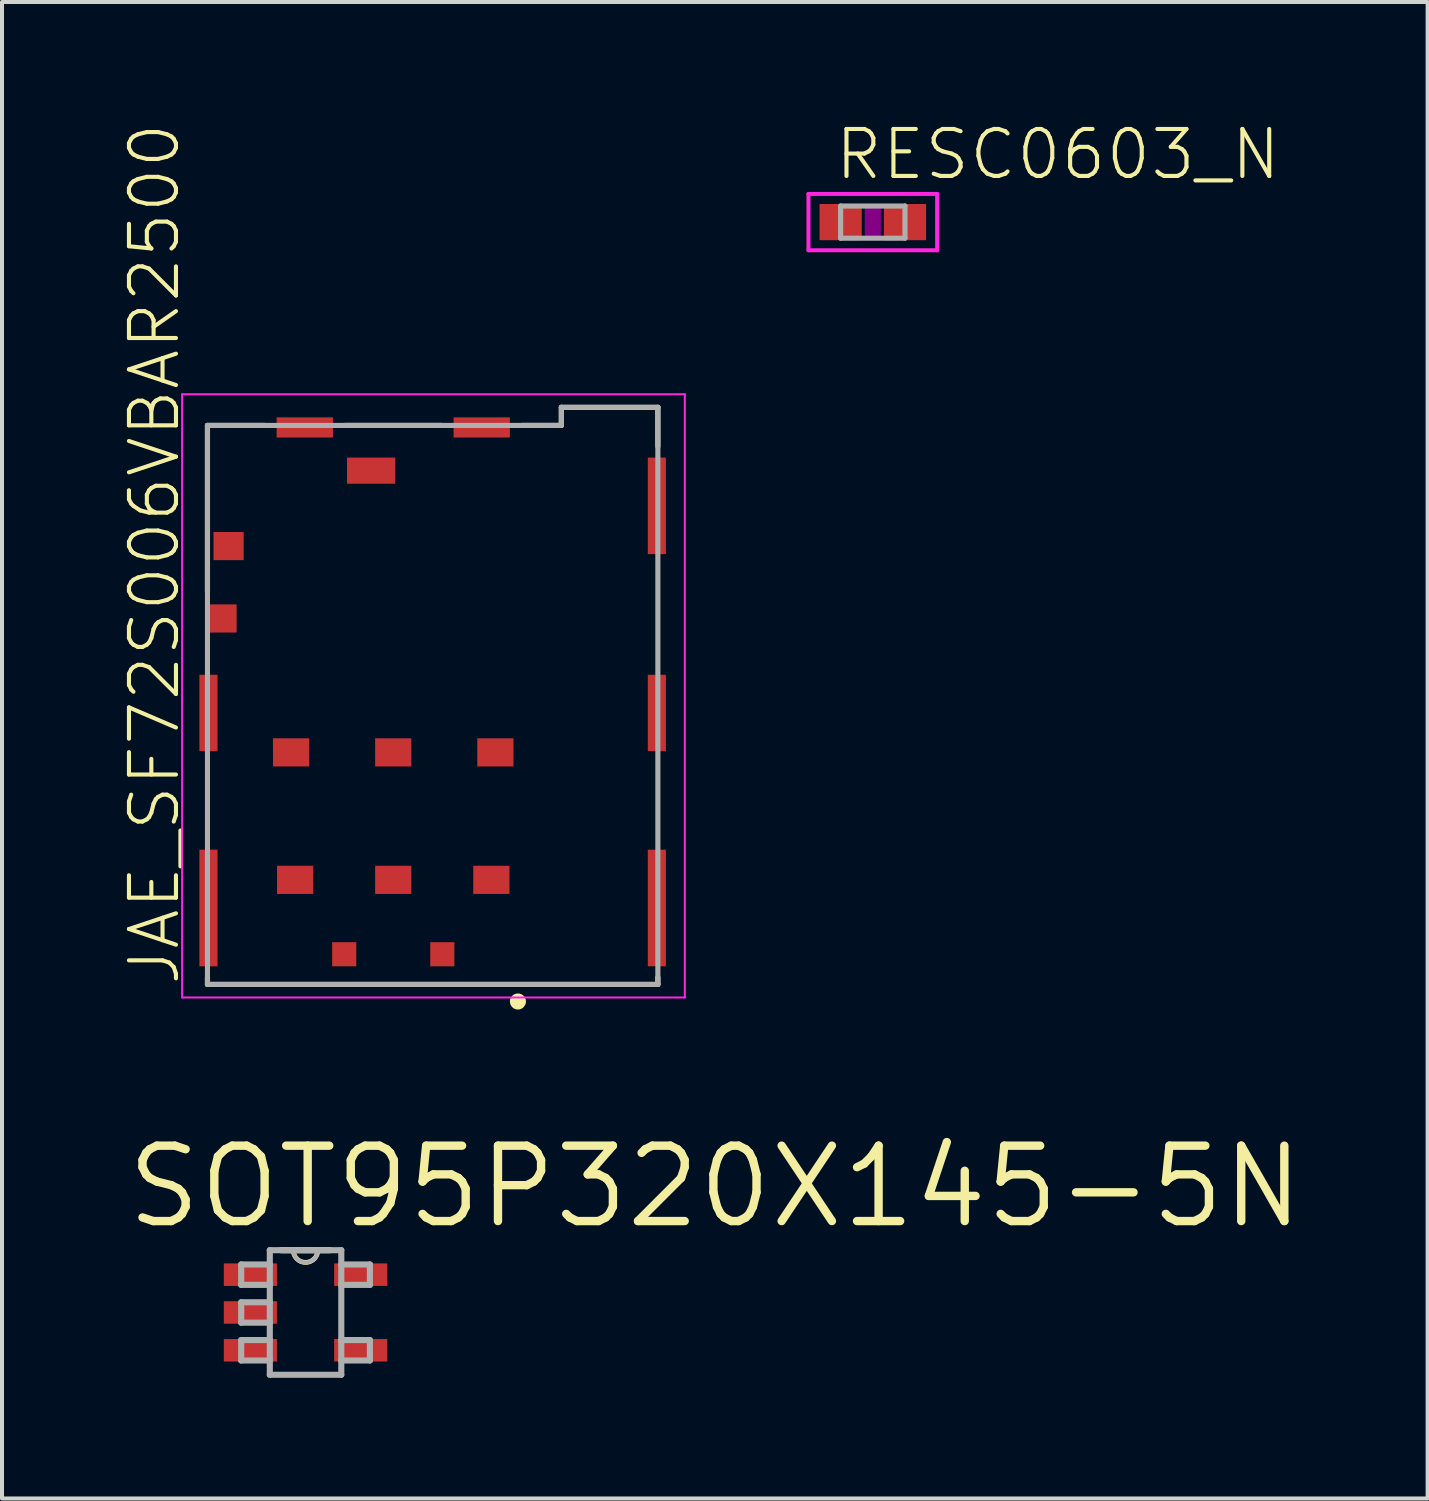
<source format=kicad_pcb>
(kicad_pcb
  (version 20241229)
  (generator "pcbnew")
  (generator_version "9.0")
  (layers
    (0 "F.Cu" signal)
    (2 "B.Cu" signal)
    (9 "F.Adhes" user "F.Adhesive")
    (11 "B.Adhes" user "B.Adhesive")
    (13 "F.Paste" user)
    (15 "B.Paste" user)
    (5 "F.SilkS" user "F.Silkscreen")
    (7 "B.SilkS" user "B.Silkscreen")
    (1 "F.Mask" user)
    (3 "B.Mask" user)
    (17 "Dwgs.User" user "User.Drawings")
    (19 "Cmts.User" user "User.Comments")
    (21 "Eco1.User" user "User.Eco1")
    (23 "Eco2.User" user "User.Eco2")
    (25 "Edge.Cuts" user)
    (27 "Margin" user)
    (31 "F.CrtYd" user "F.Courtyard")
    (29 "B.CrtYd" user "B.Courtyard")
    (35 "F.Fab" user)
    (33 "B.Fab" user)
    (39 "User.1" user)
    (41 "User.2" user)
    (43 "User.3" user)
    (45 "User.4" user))
  (footprint "SOT95P320X145-5N"
    (layer "F.Cu")
    (at 4.548 29.587)
    (property "Reference" "SOT95P320X145-5N" (at -4.548 -2.033 0) (layer "F.SilkS") (effects (font (size 1.875 1.875) (thickness 0.208)) (justify left bottom)))
    (fp_line (start -0.305 -1.549) (end -0.61 -1.549) (stroke (width 0.152) (type solid)) (layer "F.SilkS"))
    (fp_line (start 0.305 -1.549) (end -0.305 -1.549) (stroke (width 0.152) (type solid)) (layer "F.SilkS"))
    (fp_line (start 0.61 -1.549) (end 0.305 -1.549) (stroke (width 0.152) (type solid)) (layer "F.SilkS"))
    (fp_arc (start 0.3048 -1.5494) (mid 0 -1.2446) (end -0.3048 -1.5494) (stroke (width 0.12) (type solid)) (layer "F.SilkS"))
    (fp_line (start -1.6 -1.194) (end -1.6 -0.686) (stroke (width 0.152) (type solid)) (layer "F.Fab"))
    (fp_line (start -1.6 -0.686) (end -0.889 -0.686) (stroke (width 0.152) (type solid)) (layer "F.Fab"))
    (fp_line (start -1.6 -0.254) (end -1.6 0.254) (stroke (width 0.152) (type solid)) (layer "F.Fab"))
    (fp_line (start -1.6 0.254) (end -0.889 0.254) (stroke (width 0.152) (type solid)) (layer "F.Fab"))
    (fp_line (start -1.6 0.686) (end -1.6 1.194) (stroke (width 0.152) (type solid)) (layer "F.Fab"))
    (fp_line (start -1.6 1.194) (end -0.889 1.194) (stroke (width 0.152) (type solid)) (layer "F.Fab"))
    (fp_line (start -0.889 -1.549) (end -0.889 -1.194) (stroke (width 0.152) (type solid)) (layer "F.Fab"))
    (fp_line (start -0.889 -1.194) (end -1.6 -1.194) (stroke (width 0.152) (type solid)) (layer "F.Fab"))
    (fp_line (start -0.889 -1.194) (end -0.889 -0.686) (stroke (width 0.152) (type solid)) (layer "F.Fab"))
    (fp_line (start -0.889 -0.686) (end -0.889 -0.254) (stroke (width 0.152) (type solid)) (layer "F.Fab"))
    (fp_line (start -0.889 -0.254) (end -1.6 -0.254) (stroke (width 0.152) (type solid)) (layer "F.Fab"))
    (fp_line (start -0.889 -0.254) (end -0.889 0.254) (stroke (width 0.152) (type solid)) (layer "F.Fab"))
    (fp_line (start -0.889 0.254) (end -0.889 0.686) (stroke (width 0.152) (type solid)) (layer "F.Fab"))
    (fp_line (start -0.889 0.686) (end -1.6 0.686) (stroke (width 0.152) (type solid)) (layer "F.Fab"))
    (fp_line (start -0.889 1.194) (end -0.889 0.686) (stroke (width 0.152) (type solid)) (layer "F.Fab"))
    (fp_line (start -0.889 1.549) (end -0.889 1.194) (stroke (width 0.152) (type solid)) (layer "F.Fab"))
    (fp_line (start -0.889 1.549) (end 0.889 1.549) (stroke (width 0.152) (type solid)) (layer "F.Fab"))
    (fp_line (start -0.305 -1.549) (end -0.889 -1.549) (stroke (width 0.152) (type solid)) (layer "F.Fab"))
    (fp_line (start 0.305 -1.549) (end -0.305 -1.549) (stroke (width 0.152) (type solid)) (layer "F.Fab"))
    (fp_line (start 0.889 -1.549) (end 0.305 -1.549) (stroke (width 0.152) (type solid)) (layer "F.Fab"))
    (fp_line (start 0.889 -1.549) (end 0.889 -1.194) (stroke (width 0.152) (type solid)) (layer "F.Fab"))
    (fp_line (start 0.889 -1.194) (end 0.889 -0.686) (stroke (width 0.152) (type solid)) (layer "F.Fab"))
    (fp_line (start 0.889 -0.686) (end 1.6 -0.686) (stroke (width 0.152) (type solid)) (layer "F.Fab"))
    (fp_line (start 0.889 0.686) (end 0.889 -0.686) (stroke (width 0.152) (type solid)) (layer "F.Fab"))
    (fp_line (start 0.889 1.194) (end 0.889 0.686) (stroke (width 0.152) (type solid)) (layer "F.Fab"))
    (fp_line (start 0.889 1.194) (end 1.6 1.194) (stroke (width 0.152) (type solid)) (layer "F.Fab"))
    (fp_line (start 0.889 1.549) (end 0.889 1.194) (stroke (width 0.152) (type solid)) (layer "F.Fab"))
    (fp_line (start 1.6 -1.194) (end 0.889 -1.194) (stroke (width 0.152) (type solid)) (layer "F.Fab"))
    (fp_line (start 1.6 -0.686) (end 1.6 -1.194) (stroke (width 0.152) (type solid)) (layer "F.Fab"))
    (fp_line (start 1.6 0.686) (end 0.889 0.686) (stroke (width 0.152) (type solid)) (layer "F.Fab"))
    (fp_line (start 1.6 1.194) (end 1.6 0.686) (stroke (width 0.152) (type solid)) (layer "F.Fab"))
    (fp_arc (start 0.3048 -1.5494) (mid 0 -1.2446) (end -0.3048 -1.5494) (stroke (width 0.1) (type solid)) (layer "F.Fab"))
    (pad "1" smd rect (at -1.372 -0.94) (size 1.321 0.559) (layers "F.Cu" "F.Mask" "F.Paste"))
    (pad "2" smd rect (at -1.372 0) (size 1.321 0.559) (layers "F.Cu" "F.Mask" "F.Paste"))
    (pad "3" smd rect (at -1.372 0.94) (size 1.321 0.559) (layers "F.Cu" "F.Mask" "F.Paste"))
    (pad "4" smd rect (at 1.372 0.94) (size 1.321 0.559) (layers "F.Cu" "F.Mask" "F.Paste"))
    (pad "5" smd rect (at 1.372 -0.94) (size 1.321 0.559) (layers "F.Cu" "F.Mask" "F.Paste")))
  (footprint "RESC0603_N"
    (layer "F.Cu")
    (at 18.654 2.473)
    (property "Reference" "RESC0603_N" (at -1 -1 0) (layer "F.SilkS") (effects (font (size 1.168 1.168) (thickness 0.102)) (justify left bottom)))
    (fp_poly (pts (xy -0.2 0.4) (xy 0.2 0.4) (xy 0.2 -0.4) (xy -0.2 -0.4)) (stroke (width 0) (type solid)) (fill yes) (layer "F.Adhes"))
    (fp_line (start -1.6 -0.7) (end -1.6 0.7) (stroke (width 0.1) (type solid)) (layer "F.CrtYd"))
    (fp_line (start -1.6 0.7) (end 1.6 0.7) (stroke (width 0.1) (type solid)) (layer "F.CrtYd"))
    (fp_line (start 1.6 -0.7) (end -1.6 -0.7) (stroke (width 0.1) (type solid)) (layer "F.CrtYd"))
    (fp_line (start 1.6 0.7) (end 1.6 -0.7) (stroke (width 0.1) (type solid)) (layer "F.CrtYd"))
    (fp_line (start -0.8 -0.4) (end 0.8 -0.4) (stroke (width 0.127) (type solid)) (layer "F.Fab"))
    (fp_line (start -0.8 0.4) (end -0.8 -0.4) (stroke (width 0.127) (type solid)) (layer "F.Fab"))
    (fp_line (start 0.8 -0.4) (end 0.8 0.4) (stroke (width 0.127) (type solid)) (layer "F.Fab"))
    (fp_line (start 0.8 0.4) (end -0.8 0.4) (stroke (width 0.127) (type solid)) (layer "F.Fab"))
    (pad "1" smd rect (at -0.8 0) (size 1.05 0.9) (layers "F.Cu" "F.Mask" "F.Paste"))
    (pad "2" smd rect (at 0.8 0) (size 1.05 0.9) (layers "F.Cu" "F.Mask" "F.Paste")))
  (footprint "JAE_SF72S006VBAR2500"
    (layer "F.Cu")
    (at 6.729 14.254)
    (property "Reference" "JAE_SF72S006VBAR2500" (at -5.255 7.256 90) (layer "F.SilkS") (effects (font (size 1.169 1.169) (thickness 0.102)) (justify left bottom)))
    (fp_line (start -4.62 -6.725) (end -3.2 -6.725) (stroke (width 0.127) (type solid)) (layer "F.SilkS"))
    (fp_line (start -4.62 -2.6) (end -4.62 -6.725) (stroke (width 0.127) (type solid)) (layer "F.SilkS"))
    (fp_line (start -4.62 7) (end -4.62 7.175) (stroke (width 0.127) (type solid)) (layer "F.SilkS"))
    (fp_line (start -4.62 7.175) (end 6.58 7.175) (stroke (width 0.127) (type solid)) (layer "F.SilkS"))
    (fp_line (start -1.2 -6.725) (end 1.2 -6.725) (stroke (width 0.127) (type solid)) (layer "F.SilkS"))
    (fp_line (start 3.2 -6.725) (end 4.18 -6.725) (stroke (width 0.127) (type solid)) (layer "F.SilkS"))
    (fp_line (start 4.18 -7.175) (end 6.58 -7.175) (stroke (width 0.127) (type solid)) (layer "F.SilkS"))
    (fp_line (start 4.18 -6.725) (end 4.18 -7.175) (stroke (width 0.127) (type solid)) (layer "F.SilkS"))
    (fp_line (start 6.58 -7.175) (end 6.58 -6.2) (stroke (width 0.127) (type solid)) (layer "F.SilkS"))
    (fp_line (start 6.58 7.175) (end 6.58 7) (stroke (width 0.127) (type solid)) (layer "F.SilkS"))
    (fp_circle (center 3.1 7.6) (end 3.2 7.6) (stroke (width 0.2) (type solid)) (fill no) (layer "F.SilkS"))
    (fp_line (start -5.25 -7.5) (end 7.25 -7.5) (stroke (width 0.05) (type solid)) (layer "F.CrtYd"))
    (fp_line (start -5.25 7.5) (end -5.25 -7.5) (stroke (width 0.05) (type solid)) (layer "F.CrtYd"))
    (fp_line (start 7.25 -7.5) (end 7.25 7.5) (stroke (width 0.05) (type solid)) (layer "F.CrtYd"))
    (fp_line (start 7.25 7.5) (end -5.25 7.5) (stroke (width 0.05) (type solid)) (layer "F.CrtYd"))
    (fp_line (start -4.62 -6.725) (end -4.62 7.175) (stroke (width 0.127) (type solid)) (layer "F.Fab"))
    (fp_line (start -4.62 7.175) (end 6.58 7.175) (stroke (width 0.127) (type solid)) (layer "F.Fab"))
    (fp_line (start 4.18 -7.175) (end 4.18 -6.725) (stroke (width 0.127) (type solid)) (layer "F.Fab"))
    (fp_line (start 4.18 -6.725) (end -4.62 -6.725) (stroke (width 0.127) (type solid)) (layer "F.Fab"))
    (fp_line (start 6.58 -7.175) (end 4.18 -7.175) (stroke (width 0.127) (type solid)) (layer "F.Fab"))
    (fp_line (start 6.58 7.175) (end 6.58 -7.175) (stroke (width 0.127) (type solid)) (layer "F.Fab"))
    (pad "C1" smd rect (at 2.44 4.575) (size 0.9 0.7) (layers "F.Cu" "F.Mask" "F.Paste"))
    (pad "C2" smd rect (at 0 4.575) (size 0.9 0.7) (layers "F.Cu" "F.Mask" "F.Paste"))
    (pad "C3" smd rect (at -2.44 4.575) (size 0.9 0.7) (layers "F.Cu" "F.Mask" "F.Paste"))
    (pad "C5" smd rect (at 2.54 1.405) (size 0.9 0.7) (layers "F.Cu" "F.Mask" "F.Paste"))
    (pad "C6" smd rect (at 0 1.405) (size 0.9 0.7) (layers "F.Cu" "F.Mask" "F.Paste"))
    (pad "C7" smd rect (at -2.54 1.405) (size 0.9 0.7) (layers "F.Cu" "F.Mask" "F.Paste"))
    (pad "CSW" smd rect (at -4.245 -1.925) (size 0.7 0.7) (layers "F.Cu" "F.Mask" "F.Paste"))
    (pad "DSW" smd rect (at -0.55 -5.6) (size 1.2 0.65) (layers "F.Cu" "F.Mask" "F.Paste"))
    (pad "G1" smd rect (at -4.595 5.275) (size 0.45 2.9) (layers "F.Cu" "F.Mask" "F.Paste"))
    (pad "G2" smd rect (at -4.595 0.425) (size 0.45 1.9) (layers "F.Cu" "F.Mask" "F.Paste"))
    (pad "G3" smd rect (at -4.095 -3.725) (size 0.75 0.7) (layers "F.Cu" "F.Mask" "F.Paste"))
    (pad "G4" smd rect (at -2.2 -6.675) (size 1.4 0.5) (layers "F.Cu" "F.Mask" "F.Paste"))
    (pad "G5" smd rect (at 2.2 -6.675) (size 1.4 0.5) (layers "F.Cu" "F.Mask" "F.Paste"))
    (pad "G6" smd rect (at 6.555 -4.725) (size 0.45 2.4) (layers "F.Cu" "F.Mask" "F.Paste"))
    (pad "G7" smd rect (at 6.555 0.425) (size 0.45 1.9) (layers "F.Cu" "F.Mask" "F.Paste"))
    (pad "G8" smd rect (at 6.555 5.275) (size 0.45 2.9) (layers "F.Cu" "F.Mask" "F.Paste"))
    (pad "G9" smd rect (at 1.22 6.425) (size 0.6 0.6) (layers "F.Cu" "F.Mask" "F.Paste"))
    (pad "G10" smd rect (at -1.22 6.425) (size 0.6 0.6) (layers "F.Cu" "F.Mask" "F.Paste")))
  (gr_rect
    (start -3 -3)
    (end 32.451 34.213)
    (stroke (width 0.1) (type default))
    (fill no)
    (layer "Edge.Cuts")))
</source>
